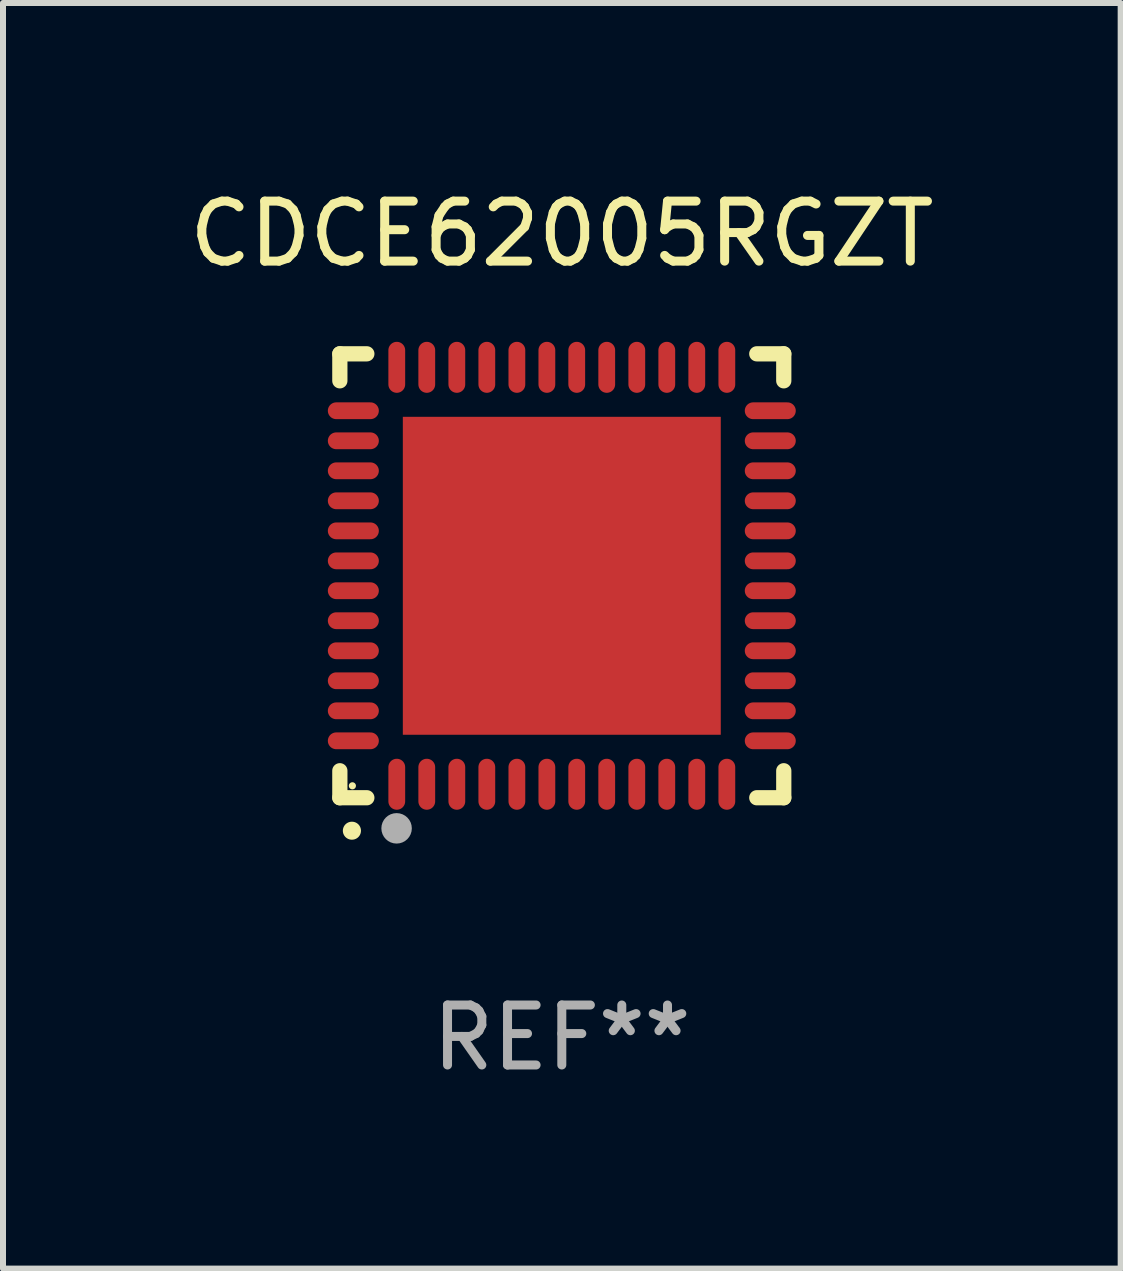
<source format=kicad_pcb>
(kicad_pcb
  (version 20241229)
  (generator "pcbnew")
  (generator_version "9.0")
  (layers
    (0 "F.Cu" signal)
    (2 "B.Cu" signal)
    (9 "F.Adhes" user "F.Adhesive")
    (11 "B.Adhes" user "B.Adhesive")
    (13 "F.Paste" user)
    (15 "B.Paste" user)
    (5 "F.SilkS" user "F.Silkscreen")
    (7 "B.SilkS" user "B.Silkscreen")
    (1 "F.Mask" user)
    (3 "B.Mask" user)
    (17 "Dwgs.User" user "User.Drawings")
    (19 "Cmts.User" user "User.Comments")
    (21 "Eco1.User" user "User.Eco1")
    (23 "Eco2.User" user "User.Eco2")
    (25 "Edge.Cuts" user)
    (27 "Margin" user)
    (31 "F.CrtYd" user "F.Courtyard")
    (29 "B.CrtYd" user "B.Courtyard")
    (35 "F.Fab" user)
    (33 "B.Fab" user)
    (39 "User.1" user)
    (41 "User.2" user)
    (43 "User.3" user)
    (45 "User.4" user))
  (footprint "CDCE62005RGZT"
    (layer "F.Cu")
    (at 6.315 6.548)
    (property "Reference" "CDCE62005RGZT" (at 0 -5.7 0) (layer "F.SilkS") (effects (font (size 1 1) (thickness 0.15))))
    (attr through_hole)
    (fp_line (start -3.7 -3.7) (end -3.25 -3.7) (stroke (width 0.254) (type solid)) (layer "F.SilkS"))
    (fp_line (start -3.7 -3.25) (end -3.7 -3.7) (stroke (width 0.254) (type solid)) (layer "F.SilkS"))
    (fp_line (start -3.7 3.7) (end -3.7 3.25) (stroke (width 0.254) (type solid)) (layer "F.SilkS"))
    (fp_line (start -3.25 3.7) (end -3.7 3.7) (stroke (width 0.254) (type solid)) (layer "F.SilkS"))
    (fp_line (start 3.25 3.7) (end 3.7 3.7) (stroke (width 0.254) (type solid)) (layer "F.SilkS"))
    (fp_line (start 3.7 -3.7) (end 3.25 -3.7) (stroke (width 0.254) (type solid)) (layer "F.SilkS"))
    (fp_line (start 3.7 -3.25) (end 3.7 -3.7) (stroke (width 0.254) (type solid)) (layer "F.SilkS"))
    (fp_line (start 3.7 3.7) (end 3.7 3.25) (stroke (width 0.254) (type solid)) (layer "F.SilkS"))
    (fp_arc (start -3.500127 4.249428) (mid -3.498857 4.249423) (end -3.497587 4.249428) (stroke (width 0.3) (type solid)) (layer "F.SilkS"))
    (fp_circle (center -3.491 3.501) (end -3.461 3.501) (stroke (width 0.06) (type solid)) (fill no) (layer "F.SilkS"))
    (fp_circle (center -2.754 4.21) (end -2.627 4.21) (stroke (width 0.254) (type solid)) (fill no) (layer "F.Fab"))
    (fp_text user "REF**" (at 0 7.7 0) (layer "F.Fab") (effects (font (size 1 1) (thickness 0.15))))
    (pad "1" smd oval (at -2.751 3.475) (size 0.28 0.85) (layers "F.Cu" "F.Mask" "F.Paste"))
    (pad "2" smd oval (at -2.251 3.475) (size 0.28 0.85) (layers "F.Cu" "F.Mask" "F.Paste"))
    (pad "3" smd oval (at -1.75 3.475) (size 0.28 0.85) (layers "F.Cu" "F.Mask" "F.Paste"))
    (pad "4" smd oval (at -1.25 3.475) (size 0.28 0.85) (layers "F.Cu" "F.Mask" "F.Paste"))
    (pad "5" smd oval (at -0.749 3.475) (size 0.28 0.85) (layers "F.Cu" "F.Mask" "F.Paste"))
    (pad "6" smd oval (at -0.249 3.475) (size 0.28 0.85) (layers "F.Cu" "F.Mask" "F.Paste"))
    (pad "7" smd oval (at 0.249 3.475) (size 0.28 0.85) (layers "F.Cu" "F.Mask" "F.Paste"))
    (pad "8" smd oval (at 0.749 3.475) (size 0.28 0.85) (layers "F.Cu" "F.Mask" "F.Paste"))
    (pad "9" smd oval (at 1.25 3.475) (size 0.28 0.85) (layers "F.Cu" "F.Mask" "F.Paste"))
    (pad "10" smd oval (at 1.75 3.475) (size 0.28 0.85) (layers "F.Cu" "F.Mask" "F.Paste"))
    (pad "11" smd oval (at 2.25 3.475) (size 0.28 0.85) (layers "F.Cu" "F.Mask" "F.Paste"))
    (pad "12" smd oval (at 2.751 3.475) (size 0.28 0.85) (layers "F.Cu" "F.Mask" "F.Paste"))
    (pad "13" smd oval (at 3.475 2.751) (size 0.85 0.28) (layers "F.Cu" "F.Mask" "F.Paste"))
    (pad "14" smd oval (at 3.475 2.251) (size 0.85 0.28) (layers "F.Cu" "F.Mask" "F.Paste"))
    (pad "15" smd oval (at 3.475 1.75) (size 0.85 0.28) (layers "F.Cu" "F.Mask" "F.Paste"))
    (pad "16" smd oval (at 3.475 1.25) (size 0.85 0.28) (layers "F.Cu" "F.Mask" "F.Paste"))
    (pad "17" smd oval (at 3.475 0.749) (size 0.85 0.28) (layers "F.Cu" "F.Mask" "F.Paste"))
    (pad "18" smd oval (at 3.475 0.249) (size 0.85 0.28) (layers "F.Cu" "F.Mask" "F.Paste"))
    (pad "19" smd oval (at 3.475 -0.249) (size 0.85 0.28) (layers "F.Cu" "F.Mask" "F.Paste"))
    (pad "20" smd oval (at 3.475 -0.749) (size 0.85 0.28) (layers "F.Cu" "F.Mask" "F.Paste"))
    (pad "21" smd oval (at 3.475 -1.25) (size 0.85 0.28) (layers "F.Cu" "F.Mask" "F.Paste"))
    (pad "22" smd oval (at 3.475 -1.75) (size 0.85 0.28) (layers "F.Cu" "F.Mask" "F.Paste"))
    (pad "23" smd oval (at 3.475 -2.25) (size 0.85 0.28) (layers "F.Cu" "F.Mask" "F.Paste"))
    (pad "24" smd oval (at 3.475 -2.751) (size 0.85 0.28) (layers "F.Cu" "F.Mask" "F.Paste"))
    (pad "25" smd oval (at 2.751 -3.475) (size 0.28 0.85) (layers "F.Cu" "F.Mask" "F.Paste"))
    (pad "26" smd oval (at 2.25 -3.475) (size 0.28 0.85) (layers "F.Cu" "F.Mask" "F.Paste"))
    (pad "27" smd oval (at 1.75 -3.475) (size 0.28 0.85) (layers "F.Cu" "F.Mask" "F.Paste"))
    (pad "28" smd oval (at 1.25 -3.475) (size 0.28 0.85) (layers "F.Cu" "F.Mask" "F.Paste"))
    (pad "29" smd oval (at 0.749 -3.475) (size 0.28 0.85) (layers "F.Cu" "F.Mask" "F.Paste"))
    (pad "30" smd oval (at 0.249 -3.475) (size 0.28 0.85) (layers "F.Cu" "F.Mask" "F.Paste"))
    (pad "31" smd oval (at -0.249 -3.475) (size 0.28 0.85) (layers "F.Cu" "F.Mask" "F.Paste"))
    (pad "32" smd oval (at -0.749 -3.475) (size 0.28 0.85) (layers "F.Cu" "F.Mask" "F.Paste"))
    (pad "33" smd oval (at -1.25 -3.475) (size 0.28 0.85) (layers "F.Cu" "F.Mask" "F.Paste"))
    (pad "34" smd oval (at -1.75 -3.475) (size 0.28 0.85) (layers "F.Cu" "F.Mask" "F.Paste"))
    (pad "35" smd oval (at -2.251 -3.475) (size 0.28 0.85) (layers "F.Cu" "F.Mask" "F.Paste"))
    (pad "36" smd oval (at -2.751 -3.475) (size 0.28 0.85) (layers "F.Cu" "F.Mask" "F.Paste"))
    (pad "37" smd oval (at -3.475 -2.751) (size 0.85 0.28) (layers "F.Cu" "F.Mask" "F.Paste"))
    (pad "38" smd oval (at -3.475 -2.25) (size 0.85 0.28) (layers "F.Cu" "F.Mask" "F.Paste"))
    (pad "39" smd oval (at -3.475 -1.75) (size 0.85 0.28) (layers "F.Cu" "F.Mask" "F.Paste"))
    (pad "40" smd oval (at -3.475 -1.25) (size 0.85 0.28) (layers "F.Cu" "F.Mask" "F.Paste"))
    (pad "41" smd oval (at -3.475 -0.749) (size 0.85 0.28) (layers "F.Cu" "F.Mask" "F.Paste"))
    (pad "42" smd oval (at -3.475 -0.249) (size 0.85 0.28) (layers "F.Cu" "F.Mask" "F.Paste"))
    (pad "43" smd oval (at -3.475 0.249) (size 0.85 0.28) (layers "F.Cu" "F.Mask" "F.Paste"))
    (pad "44" smd oval (at -3.475 0.749) (size 0.85 0.28) (layers "F.Cu" "F.Mask" "F.Paste"))
    (pad "45" smd oval (at -3.475 1.25) (size 0.85 0.28) (layers "F.Cu" "F.Mask" "F.Paste"))
    (pad "46" smd oval (at -3.475 1.75) (size 0.85 0.28) (layers "F.Cu" "F.Mask" "F.Paste"))
    (pad "47" smd oval (at -3.475 2.251) (size 0.85 0.28) (layers "F.Cu" "F.Mask" "F.Paste"))
    (pad "48" smd oval (at -3.475 2.751) (size 0.85 0.28) (layers "F.Cu" "F.Mask" "F.Paste"))
    (pad "49" smd rect (at -0.000102 0.000102) (size 5.3 5.3) (layers "F.Cu" "F.Mask" "F.Paste")))
  (gr_rect
    (start -3 -3)
    (end 15.631 18.097)
    (stroke (width 0.1) (type default))
    (fill no)
    (layer "Edge.Cuts")))
</source>
